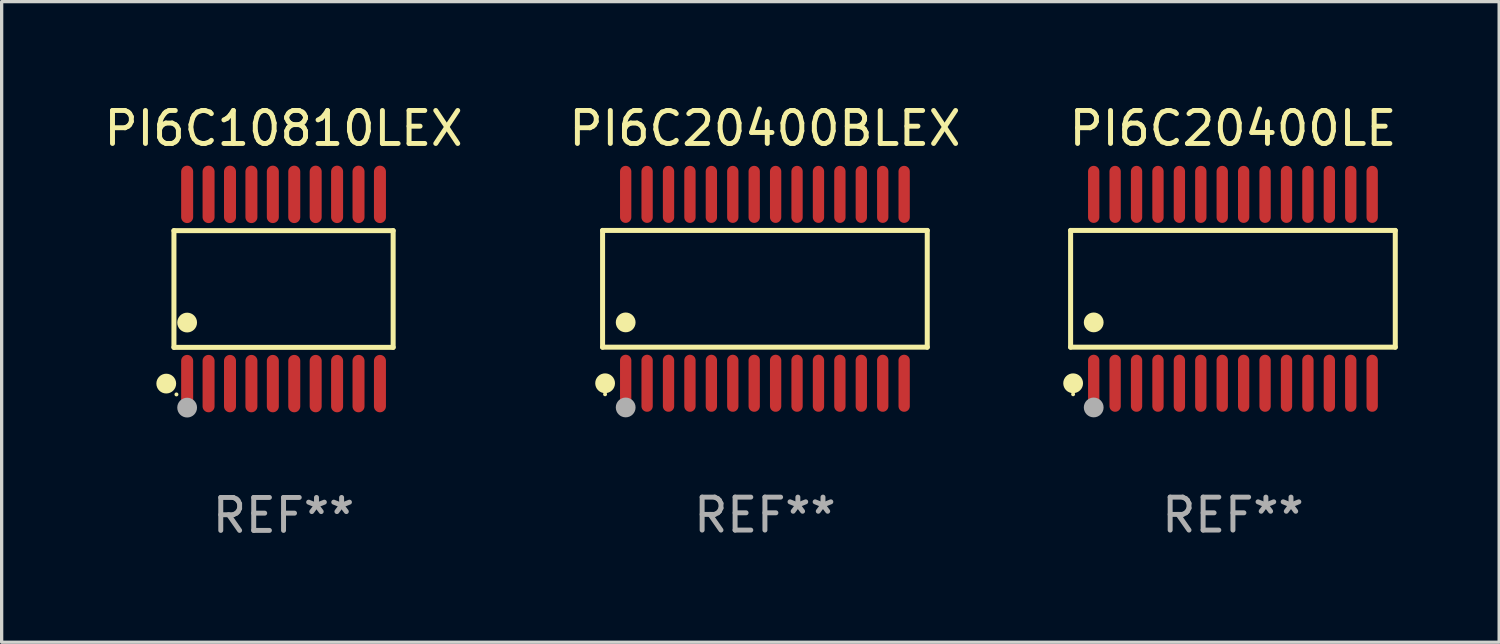
<source format=kicad_pcb>
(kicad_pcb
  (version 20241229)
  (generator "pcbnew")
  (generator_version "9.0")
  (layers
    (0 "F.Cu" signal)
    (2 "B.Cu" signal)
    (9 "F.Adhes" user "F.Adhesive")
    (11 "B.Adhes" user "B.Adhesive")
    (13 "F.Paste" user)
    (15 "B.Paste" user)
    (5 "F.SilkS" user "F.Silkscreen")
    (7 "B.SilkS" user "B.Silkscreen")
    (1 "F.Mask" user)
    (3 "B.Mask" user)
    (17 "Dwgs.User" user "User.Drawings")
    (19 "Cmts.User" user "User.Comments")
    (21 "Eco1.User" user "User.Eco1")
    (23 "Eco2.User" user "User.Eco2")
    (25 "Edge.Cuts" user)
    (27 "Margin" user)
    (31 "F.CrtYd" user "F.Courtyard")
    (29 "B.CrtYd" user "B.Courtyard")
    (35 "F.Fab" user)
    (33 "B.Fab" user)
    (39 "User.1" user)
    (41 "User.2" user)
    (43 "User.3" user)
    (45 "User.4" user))
  (footprint "PI6C20400BLEX"
    (layer "F.Cu")
    (at 20.161 5.714)
    (property "Reference" "PI6C20400BLEX" (at 0 -4.866 0) (layer "F.SilkS") (effects (font (size 1 1) (thickness 0.15))))
    (attr through_hole)
    (fp_line (start -4.926 -1.772) (end 4.926 -1.772) (stroke (width 0.152) (type solid)) (layer "F.SilkS"))
    (fp_line (start -4.926 1.771) (end -4.926 -1.772) (stroke (width 0.152) (type solid)) (layer "F.SilkS"))
    (fp_line (start 4.926 -1.772) (end 4.926 1.771) (stroke (width 0.152) (type solid)) (layer "F.SilkS"))
    (fp_line (start 4.926 1.771) (end -4.926 1.771) (stroke (width 0.152) (type solid)) (layer "F.SilkS"))
    (fp_circle (center -4.85 3.2) (end -4.82 3.2) (stroke (width 0.06) (type solid)) (fill no) (layer "F.SilkS"))
    (fp_circle (center -4.849 2.866) (end -4.699 2.866) (stroke (width 0.3) (type solid)) (fill no) (layer "F.SilkS"))
    (fp_circle (center -4.225 1.019) (end -4.075 1.019) (stroke (width 0.3) (type solid)) (fill no) (layer "F.SilkS"))
    (fp_circle (center -4.225 3.6) (end -4.075 3.6) (stroke (width 0.3) (type solid)) (fill no) (layer "F.Fab"))
    (fp_text user "REF**" (at 0 6.866 0) (layer "F.Fab") (effects (font (size 1 1) (thickness 0.15))))
    (pad "1" smd oval (at -4.225 2.866) (size 0.343 1.731) (layers "F.Cu" "F.Mask" "F.Paste"))
    (pad "2" smd oval (at -3.575 2.866) (size 0.343 1.731) (layers "F.Cu" "F.Mask" "F.Paste"))
    (pad "3" smd oval (at -2.925 2.866) (size 0.343 1.731) (layers "F.Cu" "F.Mask" "F.Paste"))
    (pad "4" smd oval (at -2.275 2.866) (size 0.343 1.731) (layers "F.Cu" "F.Mask" "F.Paste"))
    (pad "5" smd oval (at -1.625 2.866) (size 0.343 1.731) (layers "F.Cu" "F.Mask" "F.Paste"))
    (pad "6" smd oval (at -0.975 2.866) (size 0.343 1.731) (layers "F.Cu" "F.Mask" "F.Paste"))
    (pad "7" smd oval (at -0.325 2.866) (size 0.343 1.731) (layers "F.Cu" "F.Mask" "F.Paste"))
    (pad "8" smd oval (at 0.325 2.866) (size 0.343 1.731) (layers "F.Cu" "F.Mask" "F.Paste"))
    (pad "9" smd oval (at 0.975 2.866) (size 0.343 1.731) (layers "F.Cu" "F.Mask" "F.Paste"))
    (pad "10" smd oval (at 1.625 2.866) (size 0.343 1.731) (layers "F.Cu" "F.Mask" "F.Paste"))
    (pad "11" smd oval (at 2.275 2.866) (size 0.343 1.731) (layers "F.Cu" "F.Mask" "F.Paste"))
    (pad "12" smd oval (at 2.925 2.866) (size 0.343 1.731) (layers "F.Cu" "F.Mask" "F.Paste"))
    (pad "13" smd oval (at 3.575 2.866) (size 0.343 1.731) (layers "F.Cu" "F.Mask" "F.Paste"))
    (pad "14" smd oval (at 4.225 2.866) (size 0.343 1.731) (layers "F.Cu" "F.Mask" "F.Paste"))
    (pad "15" smd oval (at 4.225 -2.866) (size 0.343 1.731) (layers "F.Cu" "F.Mask" "F.Paste"))
    (pad "16" smd oval (at 3.575 -2.866) (size 0.343 1.731) (layers "F.Cu" "F.Mask" "F.Paste"))
    (pad "17" smd oval (at 2.925 -2.866) (size 0.343 1.731) (layers "F.Cu" "F.Mask" "F.Paste"))
    (pad "18" smd oval (at 2.275 -2.866) (size 0.343 1.731) (layers "F.Cu" "F.Mask" "F.Paste"))
    (pad "19" smd oval (at 1.625 -2.866) (size 0.343 1.731) (layers "F.Cu" "F.Mask" "F.Paste"))
    (pad "20" smd oval (at 0.975 -2.866) (size 0.343 1.731) (layers "F.Cu" "F.Mask" "F.Paste"))
    (pad "21" smd oval (at 0.325 -2.866) (size 0.343 1.731) (layers "F.Cu" "F.Mask" "F.Paste"))
    (pad "22" smd oval (at -0.325 -2.866) (size 0.343 1.731) (layers "F.Cu" "F.Mask" "F.Paste"))
    (pad "23" smd oval (at -0.975 -2.866) (size 0.343 1.731) (layers "F.Cu" "F.Mask" "F.Paste"))
    (pad "24" smd oval (at -1.625 -2.866) (size 0.343 1.731) (layers "F.Cu" "F.Mask" "F.Paste"))
    (pad "25" smd oval (at -2.275 -2.866) (size 0.343 1.731) (layers "F.Cu" "F.Mask" "F.Paste"))
    (pad "26" smd oval (at -2.925 -2.866) (size 0.343 1.731) (layers "F.Cu" "F.Mask" "F.Paste"))
    (pad "27" smd oval (at -3.575 -2.866) (size 0.343 1.731) (layers "F.Cu" "F.Mask" "F.Paste"))
    (pad "28" smd oval (at -4.225 -2.866) (size 0.343 1.731) (layers "F.Cu" "F.Mask" "F.Paste")))
  (footprint "PI6C20400LE"
    (layer "F.Cu")
    (at 34.363 5.714)
    (property "Reference" "PI6C20400LE" (at 0 -4.866 0) (layer "F.SilkS") (effects (font (size 1 1) (thickness 0.15))))
    (attr through_hole)
    (fp_line (start -4.926 -1.772) (end 4.926 -1.772) (stroke (width 0.152) (type solid)) (layer "F.SilkS"))
    (fp_line (start -4.926 1.771) (end -4.926 -1.772) (stroke (width 0.152) (type solid)) (layer "F.SilkS"))
    (fp_line (start 4.926 -1.772) (end 4.926 1.771) (stroke (width 0.152) (type solid)) (layer "F.SilkS"))
    (fp_line (start 4.926 1.771) (end -4.926 1.771) (stroke (width 0.152) (type solid)) (layer "F.SilkS"))
    (fp_circle (center -4.85 3.2) (end -4.82 3.2) (stroke (width 0.06) (type solid)) (fill no) (layer "F.SilkS"))
    (fp_circle (center -4.849 2.866) (end -4.699 2.866) (stroke (width 0.3) (type solid)) (fill no) (layer "F.SilkS"))
    (fp_circle (center -4.225 1.019) (end -4.075 1.019) (stroke (width 0.3) (type solid)) (fill no) (layer "F.SilkS"))
    (fp_circle (center -4.225 3.6) (end -4.075 3.6) (stroke (width 0.3) (type solid)) (fill no) (layer "F.Fab"))
    (fp_text user "REF**" (at 0 6.866 0) (layer "F.Fab") (effects (font (size 1 1) (thickness 0.15))))
    (pad "1" smd oval (at -4.225 2.866) (size 0.343 1.731) (layers "F.Cu" "F.Mask" "F.Paste"))
    (pad "2" smd oval (at -3.575 2.866) (size 0.343 1.731) (layers "F.Cu" "F.Mask" "F.Paste"))
    (pad "3" smd oval (at -2.925 2.866) (size 0.343 1.731) (layers "F.Cu" "F.Mask" "F.Paste"))
    (pad "4" smd oval (at -2.275 2.866) (size 0.343 1.731) (layers "F.Cu" "F.Mask" "F.Paste"))
    (pad "5" smd oval (at -1.625 2.866) (size 0.343 1.731) (layers "F.Cu" "F.Mask" "F.Paste"))
    (pad "6" smd oval (at -0.975 2.866) (size 0.343 1.731) (layers "F.Cu" "F.Mask" "F.Paste"))
    (pad "7" smd oval (at -0.325 2.866) (size 0.343 1.731) (layers "F.Cu" "F.Mask" "F.Paste"))
    (pad "8" smd oval (at 0.325 2.866) (size 0.343 1.731) (layers "F.Cu" "F.Mask" "F.Paste"))
    (pad "9" smd oval (at 0.975 2.866) (size 0.343 1.731) (layers "F.Cu" "F.Mask" "F.Paste"))
    (pad "10" smd oval (at 1.625 2.866) (size 0.343 1.731) (layers "F.Cu" "F.Mask" "F.Paste"))
    (pad "11" smd oval (at 2.275 2.866) (size 0.343 1.731) (layers "F.Cu" "F.Mask" "F.Paste"))
    (pad "12" smd oval (at 2.925 2.866) (size 0.343 1.731) (layers "F.Cu" "F.Mask" "F.Paste"))
    (pad "13" smd oval (at 3.575 2.866) (size 0.343 1.731) (layers "F.Cu" "F.Mask" "F.Paste"))
    (pad "14" smd oval (at 4.225 2.866) (size 0.343 1.731) (layers "F.Cu" "F.Mask" "F.Paste"))
    (pad "15" smd oval (at 4.225 -2.866) (size 0.343 1.731) (layers "F.Cu" "F.Mask" "F.Paste"))
    (pad "16" smd oval (at 3.575 -2.866) (size 0.343 1.731) (layers "F.Cu" "F.Mask" "F.Paste"))
    (pad "17" smd oval (at 2.925 -2.866) (size 0.343 1.731) (layers "F.Cu" "F.Mask" "F.Paste"))
    (pad "18" smd oval (at 2.275 -2.866) (size 0.343 1.731) (layers "F.Cu" "F.Mask" "F.Paste"))
    (pad "19" smd oval (at 1.625 -2.866) (size 0.343 1.731) (layers "F.Cu" "F.Mask" "F.Paste"))
    (pad "20" smd oval (at 0.975 -2.866) (size 0.343 1.731) (layers "F.Cu" "F.Mask" "F.Paste"))
    (pad "21" smd oval (at 0.325 -2.866) (size 0.343 1.731) (layers "F.Cu" "F.Mask" "F.Paste"))
    (pad "22" smd oval (at -0.325 -2.866) (size 0.343 1.731) (layers "F.Cu" "F.Mask" "F.Paste"))
    (pad "23" smd oval (at -0.975 -2.866) (size 0.343 1.731) (layers "F.Cu" "F.Mask" "F.Paste"))
    (pad "24" smd oval (at -1.625 -2.866) (size 0.343 1.731) (layers "F.Cu" "F.Mask" "F.Paste"))
    (pad "25" smd oval (at -2.275 -2.866) (size 0.343 1.731) (layers "F.Cu" "F.Mask" "F.Paste"))
    (pad "26" smd oval (at -2.925 -2.866) (size 0.343 1.731) (layers "F.Cu" "F.Mask" "F.Paste"))
    (pad "27" smd oval (at -3.575 -2.866) (size 0.343 1.731) (layers "F.Cu" "F.Mask" "F.Paste"))
    (pad "28" smd oval (at -4.225 -2.866) (size 0.343 1.731) (layers "F.Cu" "F.Mask" "F.Paste")))
  (footprint "PI6C10810LEX"
    (layer "F.Cu")
    (at 5.554 5.719)
    (property "Reference" "PI6C10810LEX" (at 0 -4.871 0) (layer "F.SilkS") (effects (font (size 1 1) (thickness 0.15))))
    (attr through_hole)
    (fp_line (start -3.326 -1.771) (end 3.326 -1.771) (stroke (width 0.152) (type solid)) (layer "F.SilkS"))
    (fp_line (start -3.326 1.771) (end -3.326 -1.771) (stroke (width 0.152) (type solid)) (layer "F.SilkS"))
    (fp_line (start 3.326 -1.771) (end 3.326 1.771) (stroke (width 0.152) (type solid)) (layer "F.SilkS"))
    (fp_line (start 3.326 1.771) (end -3.326 1.771) (stroke (width 0.152) (type solid)) (layer "F.SilkS"))
    (fp_circle (center -3.559 2.871) (end -3.409 2.871) (stroke (width 0.3) (type solid)) (fill no) (layer "F.SilkS"))
    (fp_circle (center -3.25 3.2) (end -3.22 3.2) (stroke (width 0.06) (type solid)) (fill no) (layer "F.SilkS"))
    (fp_circle (center -2.925 1.019) (end -2.775 1.019) (stroke (width 0.3) (type solid)) (fill no) (layer "F.SilkS"))
    (fp_circle (center -2.925 3.6) (end -2.775 3.6) (stroke (width 0.3) (type solid)) (fill no) (layer "F.Fab"))
    (fp_text user "REF**" (at 0 6.871 0) (layer "F.Fab") (effects (font (size 1 1) (thickness 0.15))))
    (pad "1" smd oval (at -2.925 2.871) (size 0.364 1.742) (layers "F.Cu" "F.Mask" "F.Paste"))
    (pad "2" smd oval (at -2.275 2.871) (size 0.364 1.742) (layers "F.Cu" "F.Mask" "F.Paste"))
    (pad "3" smd oval (at -1.625 2.871) (size 0.364 1.742) (layers "F.Cu" "F.Mask" "F.Paste"))
    (pad "4" smd oval (at -0.975 2.871) (size 0.364 1.742) (layers "F.Cu" "F.Mask" "F.Paste"))
    (pad "5" smd oval (at -0.325 2.871) (size 0.364 1.742) (layers "F.Cu" "F.Mask" "F.Paste"))
    (pad "6" smd oval (at 0.325 2.871) (size 0.364 1.742) (layers "F.Cu" "F.Mask" "F.Paste"))
    (pad "7" smd oval (at 0.975 2.871) (size 0.364 1.742) (layers "F.Cu" "F.Mask" "F.Paste"))
    (pad "8" smd oval (at 1.625 2.871) (size 0.364 1.742) (layers "F.Cu" "F.Mask" "F.Paste"))
    (pad "9" smd oval (at 2.275 2.871) (size 0.364 1.742) (layers "F.Cu" "F.Mask" "F.Paste"))
    (pad "10" smd oval (at 2.925 2.871) (size 0.364 1.742) (layers "F.Cu" "F.Mask" "F.Paste"))
    (pad "11" smd oval (at 2.925 -2.871) (size 0.364 1.742) (layers "F.Cu" "F.Mask" "F.Paste"))
    (pad "12" smd oval (at 2.275 -2.871) (size 0.364 1.742) (layers "F.Cu" "F.Mask" "F.Paste"))
    (pad "13" smd oval (at 1.625 -2.871) (size 0.364 1.742) (layers "F.Cu" "F.Mask" "F.Paste"))
    (pad "14" smd oval (at 0.975 -2.871) (size 0.364 1.742) (layers "F.Cu" "F.Mask" "F.Paste"))
    (pad "15" smd oval (at 0.325 -2.871) (size 0.364 1.742) (layers "F.Cu" "F.Mask" "F.Paste"))
    (pad "16" smd oval (at -0.325 -2.871) (size 0.364 1.742) (layers "F.Cu" "F.Mask" "F.Paste"))
    (pad "17" smd oval (at -0.975 -2.871) (size 0.364 1.742) (layers "F.Cu" "F.Mask" "F.Paste"))
    (pad "18" smd oval (at -1.625 -2.871) (size 0.364 1.742) (layers "F.Cu" "F.Mask" "F.Paste"))
    (pad "19" smd oval (at -2.275 -2.871) (size 0.364 1.742) (layers "F.Cu" "F.Mask" "F.Paste"))
    (pad "20" smd oval (at -2.925 -2.871) (size 0.364 1.742) (layers "F.Cu" "F.Mask" "F.Paste")))
  (gr_rect
    (start -3 -3)
    (end 42.441 16.438)
    (stroke (width 0.1) (type default))
    (fill no)
    (layer "Edge.Cuts")))
</source>
